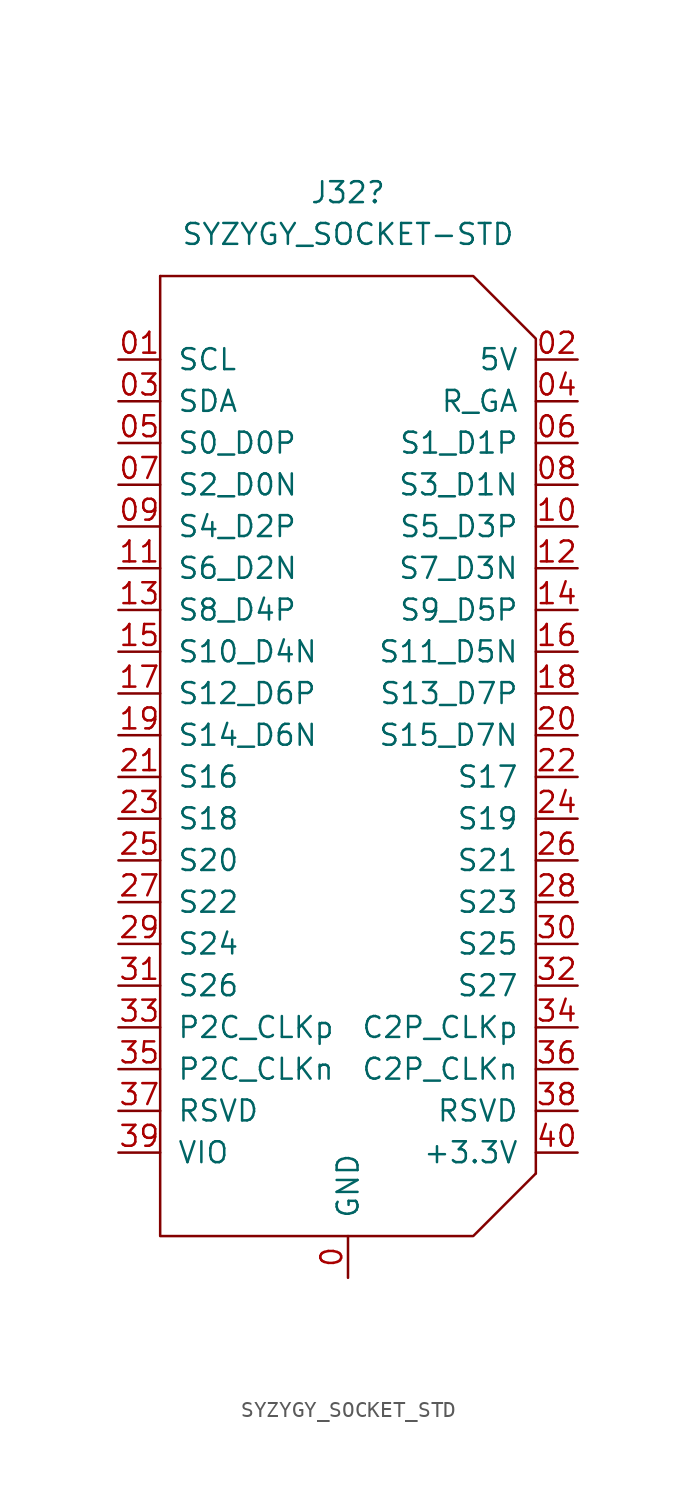
<source format=kicad_sym>
(kicad_symbol_lib
  (version 20231120)
  (generator "kicad_symbol_editor")
  (generator_version "8.0")
  (symbol "SYZYGY_SOCKET_STD"
    (pin_names
      (offset 1.016))
    (property "Reference" "J32"
      (at 0 31.75 0)
      (effects (font (size 1.27 1.27))))
    (property "Value" "SYZYGY_SOCKET-STD"
      (at 0 29.21 0)
      (effects (font (size 1.27 1.27))))
    (symbol "SYZYGY_SOCKET_STD_0_1"
      (polyline (pts (xy -11.43 26.67) (xy -11.43 -31.75) (xy 7.62 -31.75) (xy 11.43 -27.94)) (stroke (width 0) (type solid)) (fill (type none)))
      (polyline (pts (xy 11.43 -27.94) (xy 11.43 22.86) (xy 7.62 26.67) (xy -11.43 26.67)) (stroke (width 0) (type solid)) (fill (type none))))
    (symbol "SYZYGY_SOCKET_STD_1_1"
      (pin passive line (at 0 -34.29 90) (length 2.54) (name "GND" (effects (font (size 1.27 1.27)))) (number "0" (effects (font (size 1.27 1.27)))))
      (pin passive line (at -13.97 21.59 0) (length 2.54) (name "SCL" (effects (font (size 1.27 1.27)))) (number "01" (effects (font (size 1.27 1.27)))))
      (pin power_out line (at 13.97 21.59 180) (length 2.54) (name "5V" (effects (font (size 1.27 1.27)))) (number "02" (effects (font (size 1.27 1.27)))))
      (pin passive line (at -13.97 19.05 0) (length 2.54) (name "SDA" (effects (font (size 1.27 1.27)))) (number "03" (effects (font (size 1.27 1.27)))))
      (pin passive line (at 13.97 19.05 180) (length 2.54) (name "R_GA" (effects (font (size 1.27 1.27)))) (number "04" (effects (font (size 1.27 1.27)))))
      (pin passive line (at -13.97 16.51 0) (length 2.54) (name "S0_D0P" (effects (font (size 1.27 1.27)))) (number "05" (effects (font (size 1.27 1.27)))))
      (pin passive line (at 13.97 16.51 180) (length 2.54) (name "S1_D1P" (effects (font (size 1.27 1.27)))) (number "06" (effects (font (size 1.27 1.27)))))
      (pin passive line (at -13.97 13.97 0) (length 2.54) (name "S2_D0N" (effects (font (size 1.27 1.27)))) (number "07" (effects (font (size 1.27 1.27)))))
      (pin passive line (at 13.97 13.97 180) (length 2.54) (name "S3_D1N" (effects (font (size 1.27 1.27)))) (number "08" (effects (font (size 1.27 1.27)))))
      (pin passive line (at -13.97 11.43 0) (length 2.54) (name "S4_D2P" (effects (font (size 1.27 1.27)))) (number "09" (effects (font (size 1.27 1.27)))))
      (pin passive line (at 13.97 11.43 180) (length 2.54) (name "S5_D3P" (effects (font (size 1.27 1.27)))) (number "10" (effects (font (size 1.27 1.27)))))
      (pin passive line (at -13.97 8.89 0) (length 2.54) (name "S6_D2N" (effects (font (size 1.27 1.27)))) (number "11" (effects (font (size 1.27 1.27)))))
      (pin passive line (at 13.97 8.89 180) (length 2.54) (name "S7_D3N" (effects (font (size 1.27 1.27)))) (number "12" (effects (font (size 1.27 1.27)))))
      (pin passive line (at -13.97 6.35 0) (length 2.54) (name "S8_D4P" (effects (font (size 1.27 1.27)))) (number "13" (effects (font (size 1.27 1.27)))))
      (pin passive line (at 13.97 6.35 180) (length 2.54) (name "S9_D5P" (effects (font (size 1.27 1.27)))) (number "14" (effects (font (size 1.27 1.27)))))
      (pin passive line (at -13.97 3.81 0) (length 2.54) (name "S10_D4N" (effects (font (size 1.27 1.27)))) (number "15" (effects (font (size 1.27 1.27)))))
      (pin passive line (at 13.97 3.81 180) (length 2.54) (name "S11_D5N" (effects (font (size 1.27 1.27)))) (number "16" (effects (font (size 1.27 1.27)))))
      (pin passive line (at -13.97 1.27 0) (length 2.54) (name "S12_D6P" (effects (font (size 1.27 1.27)))) (number "17" (effects (font (size 1.27 1.27)))))
      (pin passive line (at 13.97 1.27 180) (length 2.54) (name "S13_D7P" (effects (font (size 1.27 1.27)))) (number "18" (effects (font (size 1.27 1.27)))))
      (pin passive line (at -13.97 -1.27 0) (length 2.54) (name "S14_D6N" (effects (font (size 1.27 1.27)))) (number "19" (effects (font (size 1.27 1.27)))))
      (pin passive line (at 13.97 -1.27 180) (length 2.54) (name "S15_D7N" (effects (font (size 1.27 1.27)))) (number "20" (effects (font (size 1.27 1.27)))))
      (pin passive line (at -13.97 -3.81 0) (length 2.54) (name "S16" (effects (font (size 1.27 1.27)))) (number "21" (effects (font (size 1.27 1.27)))))
      (pin passive line (at 13.97 -3.81 180) (length 2.54) (name "S17" (effects (font (size 1.27 1.27)))) (number "22" (effects (font (size 1.27 1.27)))))
      (pin passive line (at -13.97 -6.35 0) (length 2.54) (name "S18" (effects (font (size 1.27 1.27)))) (number "23" (effects (font (size 1.27 1.27)))))
      (pin passive line (at 13.97 -6.35 180) (length 2.54) (name "S19" (effects (font (size 1.27 1.27)))) (number "24" (effects (font (size 1.27 1.27)))))
      (pin passive line (at -13.97 -8.89 0) (length 2.54) (name "S20" (effects (font (size 1.27 1.27)))) (number "25" (effects (font (size 1.27 1.27)))))
      (pin passive line (at 13.97 -8.89 180) (length 2.54) (name "S21" (effects (font (size 1.27 1.27)))) (number "26" (effects (font (size 1.27 1.27)))))
      (pin passive line (at -13.97 -11.43 0) (length 2.54) (name "S22" (effects (font (size 1.27 1.27)))) (number "27" (effects (font (size 1.27 1.27)))))
      (pin passive line (at 13.97 -11.43 180) (length 2.54) (name "S23" (effects (font (size 1.27 1.27)))) (number "28" (effects (font (size 1.27 1.27)))))
      (pin passive line (at -13.97 -13.97 0) (length 2.54) (name "S24" (effects (font (size 1.27 1.27)))) (number "29" (effects (font (size 1.27 1.27)))))
      (pin passive line (at 13.97 -13.97 180) (length 2.54) (name "S25" (effects (font (size 1.27 1.27)))) (number "30" (effects (font (size 1.27 1.27)))))
      (pin passive line (at -13.97 -16.51 0) (length 2.54) (name "S26" (effects (font (size 1.27 1.27)))) (number "31" (effects (font (size 1.27 1.27)))))
      (pin passive line (at 13.97 -16.51 180) (length 2.54) (name "S27" (effects (font (size 1.27 1.27)))) (number "32" (effects (font (size 1.27 1.27)))))
      (pin passive line (at -13.97 -19.05 0) (length 2.54) (name "P2C_CLKp" (effects (font (size 1.27 1.27)))) (number "33" (effects (font (size 1.27 1.27)))))
      (pin passive line (at 13.97 -19.05 180) (length 2.54) (name "C2P_CLKp" (effects (font (size 1.27 1.27)))) (number "34" (effects (font (size 1.27 1.27)))))
      (pin passive line (at -13.97 -21.59 0) (length 2.54) (name "P2C_CLKn" (effects (font (size 1.27 1.27)))) (number "35" (effects (font (size 1.27 1.27)))))
      (pin passive line (at 13.97 -21.59 180) (length 2.54) (name "C2P_CLKn" (effects (font (size 1.27 1.27)))) (number "36" (effects (font (size 1.27 1.27)))))
      (pin passive line (at -13.97 -24.13 0) (length 2.54) (name "RSVD" (effects (font (size 1.27 1.27)))) (number "37" (effects (font (size 1.27 1.27)))))
      (pin passive line (at 13.97 -24.13 180) (length 2.54) (name "RSVD" (effects (font (size 1.27 1.27)))) (number "38" (effects (font (size 1.27 1.27)))))
      (pin power_out line (at -13.97 -26.67 0) (length 2.54) (name "VIO" (effects (font (size 1.27 1.27)))) (number "39" (effects (font (size 1.27 1.27)))))
      (pin power_out line (at 13.97 -26.67 180) (length 2.54) (name "+3.3V" (effects (font (size 1.27 1.27)))) (number "40" (effects (font (size 1.27 1.27))))))))
</source>
